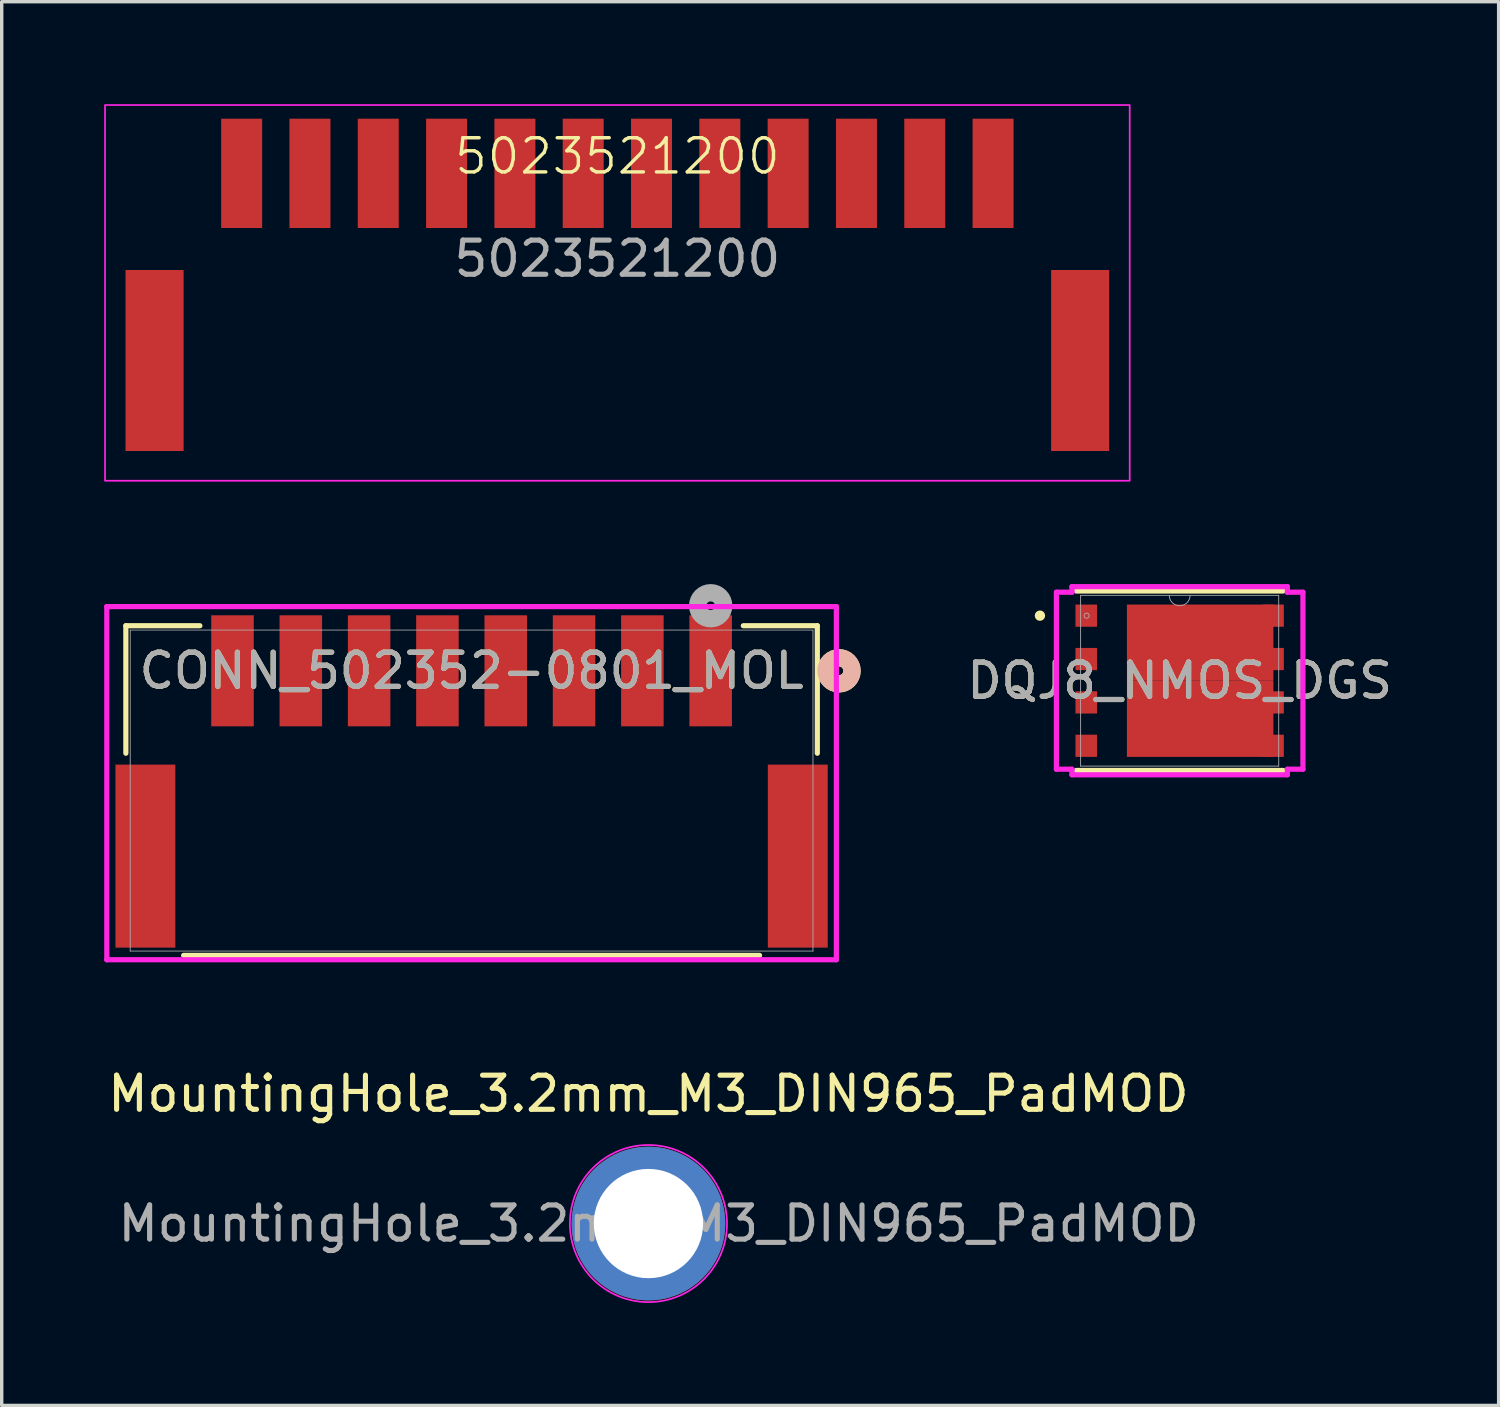
<source format=kicad_pcb>
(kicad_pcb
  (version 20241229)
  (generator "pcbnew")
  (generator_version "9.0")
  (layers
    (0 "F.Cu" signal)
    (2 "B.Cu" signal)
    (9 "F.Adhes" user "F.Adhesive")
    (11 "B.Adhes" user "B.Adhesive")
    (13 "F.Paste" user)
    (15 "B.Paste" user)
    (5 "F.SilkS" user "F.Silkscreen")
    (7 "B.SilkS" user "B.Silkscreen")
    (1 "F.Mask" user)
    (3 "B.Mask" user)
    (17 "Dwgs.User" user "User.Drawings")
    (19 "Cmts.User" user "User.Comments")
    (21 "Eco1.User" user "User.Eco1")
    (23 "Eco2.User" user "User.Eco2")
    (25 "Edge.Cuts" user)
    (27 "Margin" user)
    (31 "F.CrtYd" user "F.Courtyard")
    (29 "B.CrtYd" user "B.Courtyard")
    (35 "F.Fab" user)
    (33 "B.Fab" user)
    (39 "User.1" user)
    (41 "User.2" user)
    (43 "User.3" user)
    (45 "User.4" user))
  (footprint "CONN_502352-0801_MOL"
    (layer "F.Cu")
    (at 10.757 20.096)
    (property "Reference" "CONN_502352-0801_MOL" (at 0 -3.506 0) (unlocked yes) (layer "F.SilkS") (effects (font (size 1 1) (thickness 0.15))))
    (attr smd)
    (fp_line (start -10.122 -4.826) (end -10.122 -1.093) (stroke (width 0.152) (type solid)) (layer "F.SilkS"))
    (fp_line (start -8.431 4.826) (end 8.431 4.826) (stroke (width 0.152) (type solid)) (layer "F.SilkS"))
    (fp_line (start -7.955 -4.826) (end -10.122 -4.826) (stroke (width 0.152) (type solid)) (layer "F.SilkS"))
    (fp_line (start 10.122 -4.826) (end 7.955 -4.826) (stroke (width 0.152) (type solid)) (layer "F.SilkS"))
    (fp_line (start 10.122 -1.093) (end 10.122 -4.826) (stroke (width 0.152) (type solid)) (layer "F.SilkS"))
    (fp_circle (center 10.757 -3.506) (end 11.138 -3.506) (stroke (width 0.508) (type solid)) (fill no) (layer "F.SilkS"))
    (fp_circle (center 10.757 -3.506) (end 11.138 -3.506) (stroke (width 0.508) (type solid)) (fill no) (layer "B.SilkS"))
    (fp_line (start -10.68 -5.386) (end -10.68 4.953) (stroke (width 0.152) (type solid)) (layer "F.CrtYd"))
    (fp_line (start -10.68 4.953) (end 10.68 4.953) (stroke (width 0.152) (type solid)) (layer "F.CrtYd"))
    (fp_line (start 10.68 -5.386) (end -10.68 -5.386) (stroke (width 0.152) (type solid)) (layer "F.CrtYd"))
    (fp_line (start 10.68 4.953) (end 10.68 -5.386) (stroke (width 0.152) (type solid)) (layer "F.CrtYd"))
    (fp_line (start -9.995 -4.699) (end -9.995 4.699) (stroke (width 0.025) (type solid)) (layer "F.Fab"))
    (fp_line (start -9.995 4.699) (end 9.995 4.699) (stroke (width 0.025) (type solid)) (layer "F.Fab"))
    (fp_line (start 9.995 -4.699) (end -9.995 -4.699) (stroke (width 0.025) (type solid)) (layer "F.Fab"))
    (fp_line (start 9.995 4.699) (end 9.995 -4.699) (stroke (width 0.025) (type solid)) (layer "F.Fab"))
    (fp_circle (center 7 -5.411) (end 7.381 -5.411) (stroke (width 0.508) (type solid)) (fill no) (layer "F.Fab"))
    (fp_text user "${REFERENCE}" (at 0 -3.506 0) (unlocked yes) (layer "F.Fab") (effects (font (size 1 1) (thickness 0.15))))
    (pad "1" smd rect (at 7 -3.506) (size 1.245 3.251) (layers "F.Cu" "F.Mask" "F.Paste"))
    (pad "2" smd rect (at 5 -3.506) (size 1.245 3.251) (layers "F.Cu" "F.Mask" "F.Paste"))
    (pad "3" smd rect (at 3 -3.506) (size 1.245 3.251) (layers "F.Cu" "F.Mask" "F.Paste"))
    (pad "4" smd rect (at 1 -3.506) (size 1.245 3.251) (layers "F.Cu" "F.Mask" "F.Paste"))
    (pad "5" smd rect (at -1 -3.506) (size 1.245 3.251) (layers "F.Cu" "F.Mask" "F.Paste"))
    (pad "6" smd rect (at -3 -3.506) (size 1.245 3.251) (layers "F.Cu" "F.Mask" "F.Paste"))
    (pad "7" smd rect (at -5 -3.506) (size 1.245 3.251) (layers "F.Cu" "F.Mask" "F.Paste"))
    (pad "8" smd rect (at -7 -3.506) (size 1.245 3.251) (layers "F.Cu" "F.Mask" "F.Paste"))
    (pad "9" smd rect (at -9.55 1.919) (size 1.753 5.359) (layers "F.Cu" "F.Mask" "F.Paste"))
    (pad "10" smd rect (at 9.55 1.919) (size 1.753 5.359) (layers "F.Cu" "F.Mask" "F.Paste")))
  (footprint "MountingHole_3.2mm_M3_DIN965_PadMOD"
    (layer "F.Cu")
    (at 15.935 32.773)
    (property "Reference" "MountingHole_3.2mm_M3_DIN965_PadMOD" (at 0 -3.8 0) (layer "F.SilkS") (effects (font (size 1 1) (thickness 0.15))))
    (attr exclude_from_pos_files)
    (fp_circle (center 0 0) (end 2.3 0) (stroke (width 0.05) (type solid)) (fill no) (layer "F.CrtYd"))
    (fp_text user "${REFERENCE}" (at 0.3 0 0) (layer "F.Fab") (effects (font (size 1 1) (thickness 0.15))))
    (pad "1" thru_hole circle (at 0 0) (size 4.5 4.5) (drill 3.2) (layers "*.Cu" "*.Mask")))
  (footprint "DQJ8_NMOS_DGS"
    (layer "F.Cu")
    (at 31.488 16.88)
    (property "Reference" "DQJ8_NMOS_DGS" (at 0 0 0) (unlocked yes) (layer "F.SilkS") (effects (font (size 1 1) (thickness 0.15))))
    (attr smd)
    (fp_poly (pts (xy 2.745 -2.23) (xy -1.545 -2.23) (xy -1.545 0) (xy 2.745 0)) (stroke (width 0) (type solid)) (fill yes) (layer "F.Cu"))
    (fp_poly (pts (xy 2.745 2.23) (xy -1.545 2.23) (xy -1.545 0) (xy 2.745 0)) (stroke (width 0) (type solid)) (fill yes) (layer "F.Cu"))
    (fp_poly (pts (xy -3.12 -2.3) (xy -3.12 -1.51) (xy -2.35 -1.51) (xy -2.35 -2.3)) (stroke (width 0) (type solid)) (fill yes) (layer "F.Mask"))
    (fp_poly (pts (xy -3.12 -1.03) (xy -3.12 -0.24) (xy -2.35 -0.24) (xy -2.35 -1.03)) (stroke (width 0) (type solid)) (fill yes) (layer "F.Mask"))
    (fp_poly (pts (xy -3.12 0.24) (xy -3.12 1.03) (xy -2.35 1.03) (xy -2.35 0.24)) (stroke (width 0) (type solid)) (fill yes) (layer "F.Mask"))
    (fp_poly (pts (xy -3.12 1.51) (xy -3.12 2.3) (xy -2.35 2.3) (xy -2.35 1.51)) (stroke (width 0) (type solid)) (fill yes) (layer "F.Mask"))
    (fp_poly (pts (xy 2.35 -2.3) (xy 2.35 -1.51) (xy 3.12 -1.51) (xy 3.12 -2.3)) (stroke (width 0) (type solid)) (fill yes) (layer "F.Mask"))
    (fp_poly (pts (xy 2.35 -1.03) (xy 2.35 -0.24) (xy 3.12 -0.24) (xy 3.12 -1.03)) (stroke (width 0) (type solid)) (fill yes) (layer "F.Mask"))
    (fp_poly (pts (xy 2.35 0.24) (xy 2.35 1.03) (xy 3.12 1.03) (xy 3.12 0.24)) (stroke (width 0) (type solid)) (fill yes) (layer "F.Mask"))
    (fp_poly (pts (xy 2.35 1.51) (xy 2.35 2.3) (xy 3.12 2.3) (xy 3.12 1.51)) (stroke (width 0) (type solid)) (fill yes) (layer "F.Mask"))
    (fp_poly (pts (xy 2.745 -2.23) (xy -1.545 -2.23) (xy -1.545 0) (xy 2.745 0)) (stroke (width 0) (type solid)) (fill yes) (layer "F.Mask"))
    (fp_poly (pts (xy 2.745 2.23) (xy -1.545 2.23) (xy -1.545 0) (xy 2.745 0)) (stroke (width 0) (type solid)) (fill yes) (layer "F.Mask"))
    (fp_line (start -3.027 2.627) (end 3.027 2.627) (stroke (width 0.152) (type solid)) (layer "F.SilkS"))
    (fp_line (start 3.027 -2.627) (end -3.027 -2.627) (stroke (width 0.152) (type solid)) (layer "F.SilkS"))
    (fp_circle (center -4.091 -1.905) (end -4.015 -1.905) (stroke (width 0.152) (type solid)) (fill no) (layer "F.SilkS"))
    (fp_poly (pts (xy -0.18 -0.31) (xy -1.415 -0.31) (xy -1.415 -1.88) (xy -0.18 -1.88)) (stroke (width 0) (type solid)) (fill yes) (layer "F.Paste"))
    (fp_poly (pts (xy -0.18 0.31) (xy -1.415 0.31) (xy -1.415 1.88) (xy -0.18 1.88)) (stroke (width 0) (type solid)) (fill yes) (layer "F.Paste"))
    (fp_poly (pts (xy 0.32 -0.31) (xy 1.905 -0.31) (xy 1.905 -1.88) (xy 0.32 -1.88)) (stroke (width 0) (type solid)) (fill yes) (layer "F.Paste"))
    (fp_poly (pts (xy 0.32 0.31) (xy 1.905 0.31) (xy 1.905 1.88) (xy 0.32 1.88)) (stroke (width 0) (type solid)) (fill yes) (layer "F.Paste"))
    (fp_line (start -3.609 -2.591) (end -3.154 -2.591) (stroke (width 0.152) (type solid)) (layer "F.CrtYd"))
    (fp_line (start -3.609 2.591) (end -3.609 -2.591) (stroke (width 0.152) (type solid)) (layer "F.CrtYd"))
    (fp_line (start -3.609 2.591) (end -3.154 2.591) (stroke (width 0.152) (type solid)) (layer "F.CrtYd"))
    (fp_line (start -3.154 -2.754) (end 3.154 -2.754) (stroke (width 0.152) (type solid)) (layer "F.CrtYd"))
    (fp_line (start -3.154 -2.591) (end -3.154 -2.754) (stroke (width 0.152) (type solid)) (layer "F.CrtYd"))
    (fp_line (start -3.154 2.754) (end -3.154 2.591) (stroke (width 0.152) (type solid)) (layer "F.CrtYd"))
    (fp_line (start 3.154 -2.754) (end 3.154 -2.591) (stroke (width 0.152) (type solid)) (layer "F.CrtYd"))
    (fp_line (start 3.154 2.591) (end 3.154 2.754) (stroke (width 0.152) (type solid)) (layer "F.CrtYd"))
    (fp_line (start 3.154 2.754) (end -3.154 2.754) (stroke (width 0.152) (type solid)) (layer "F.CrtYd"))
    (fp_line (start 3.609 -2.591) (end 3.154 -2.591) (stroke (width 0.152) (type solid)) (layer "F.CrtYd"))
    (fp_line (start 3.609 -2.591) (end 3.609 2.591) (stroke (width 0.152) (type solid)) (layer "F.CrtYd"))
    (fp_line (start 3.609 2.591) (end 3.154 2.591) (stroke (width 0.152) (type solid)) (layer "F.CrtYd"))
    (fp_line (start -2.9 -2.5) (end -2.9 2.5) (stroke (width 0.025) (type solid)) (layer "F.Fab"))
    (fp_line (start -2.9 2.5) (end 2.9 2.5) (stroke (width 0.025) (type solid)) (layer "F.Fab"))
    (fp_line (start 2.9 -2.5) (end -2.9 -2.5) (stroke (width 0.025) (type solid)) (layer "F.Fab"))
    (fp_line (start 2.9 2.5) (end 2.9 -2.5) (stroke (width 0.025) (type solid)) (layer "F.Fab"))
    (fp_arc (start 0.3048 -2.5) (mid 0 -2.1952) (end -0.3048 -2.5) (stroke (width 0.0254) (type solid)) (layer "F.Fab"))
    (fp_circle (center -2.725 -1.905) (end -2.649 -1.905) (stroke (width 0.025) (type solid)) (fill no) (layer "F.Fab"))
    (fp_text user "${REFERENCE}" (at 0 0 0) (unlocked yes) (layer "F.Fab") (effects (font (size 1 1) (thickness 0.15))))
    (pad "1" smd rect (at 2.735 -1.905) (size 0.63 0.65) (layers "F.Cu" "F.Mask" "F.Paste"))
    (pad "1" smd rect (at 2.735 -0.635) (size 0.63 0.65) (layers "F.Cu" "F.Mask" "F.Paste"))
    (pad "1" smd rect (at 2.735 0.635) (size 0.63 0.65) (layers "F.Cu" "F.Mask" "F.Paste"))
    (pad "1" smd rect (at 2.735 1.905) (size 0.63 0.65) (layers "F.Cu" "F.Mask" "F.Paste"))
    (pad "2" smd rect (at -2.735 1.905) (size 0.63 0.65) (layers "F.Cu" "F.Mask" "F.Paste"))
    (pad "3" smd rect (at -2.735 -1.905) (size 0.63 0.65) (layers "F.Cu" "F.Mask" "F.Paste"))
    (pad "3" smd rect (at -2.735 -0.635) (size 0.63 0.65) (layers "F.Cu" "F.Mask" "F.Paste"))
    (pad "3" smd rect (at -2.735 0.635) (size 0.63 0.65) (layers "F.Cu" "F.Mask" "F.Paste")))
  (footprint "5023521200"
    (layer "F.Cu")
    (at 15.025 2.025)
    (property "Reference" "5023521200" (at 0 -0.5 0) (unlocked yes) (layer "F.SilkS") (effects (font (size 1 1) (thickness 0.1))))
    (attr smd)
    (fp_rect (start -15 -2) (end 15 9) (stroke (width 0.05) (type default)) (fill no) (layer "F.CrtYd"))
    (fp_text user "${REFERENCE}" (at 0 2.5 0) (unlocked yes) (layer "F.Fab") (effects (font (size 1 1) (thickness 0.15))))
    (pad "1" smd rect (at 11 0) (size 1.2 3.2) (layers "F.Cu" "F.Mask" "F.Paste"))
    (pad "2" smd rect (at 9 0) (size 1.2 3.2) (layers "F.Cu" "F.Mask" "F.Paste"))
    (pad "3" smd rect (at 7 0) (size 1.2 3.2) (layers "F.Cu" "F.Mask" "F.Paste"))
    (pad "4" smd rect (at 5 0) (size 1.2 3.2) (layers "F.Cu" "F.Mask" "F.Paste"))
    (pad "5" smd rect (at 3 0) (size 1.2 3.2) (layers "F.Cu" "F.Mask" "F.Paste"))
    (pad "6" smd rect (at 1 0) (size 1.2 3.2) (layers "F.Cu" "F.Mask" "F.Paste"))
    (pad "7" smd rect (at -1 0) (size 1.2 3.2) (layers "F.Cu" "F.Mask" "F.Paste"))
    (pad "8" smd rect (at -3 0) (size 1.2 3.2) (layers "F.Cu" "F.Mask" "F.Paste"))
    (pad "9" smd rect (at -5 0) (size 1.2 3.2) (layers "F.Cu" "F.Mask" "F.Paste"))
    (pad "10" smd rect (at -7 0) (size 1.2 3.2) (layers "F.Cu" "F.Mask" "F.Paste"))
    (pad "11" smd rect (at -9 0) (size 1.2 3.2) (layers "F.Cu" "F.Mask" "F.Paste"))
    (pad "12" smd rect (at -11 0) (size 1.2 3.2) (layers "F.Cu" "F.Mask" "F.Paste"))
    (pad "13" smd rect (at 13.55 5.48) (size 1.7 5.3) (layers "F.Cu" "F.Mask" "F.Paste"))
    (pad "14" smd rect (at -13.55 5.48) (size 1.7 5.3) (layers "F.Cu" "F.Mask" "F.Paste")))
  (gr_rect
    (start -3 -3)
    (end 40.827 38.098)
    (stroke (width 0.1) (type default))
    (fill no)
    (layer "Edge.Cuts")))
</source>
